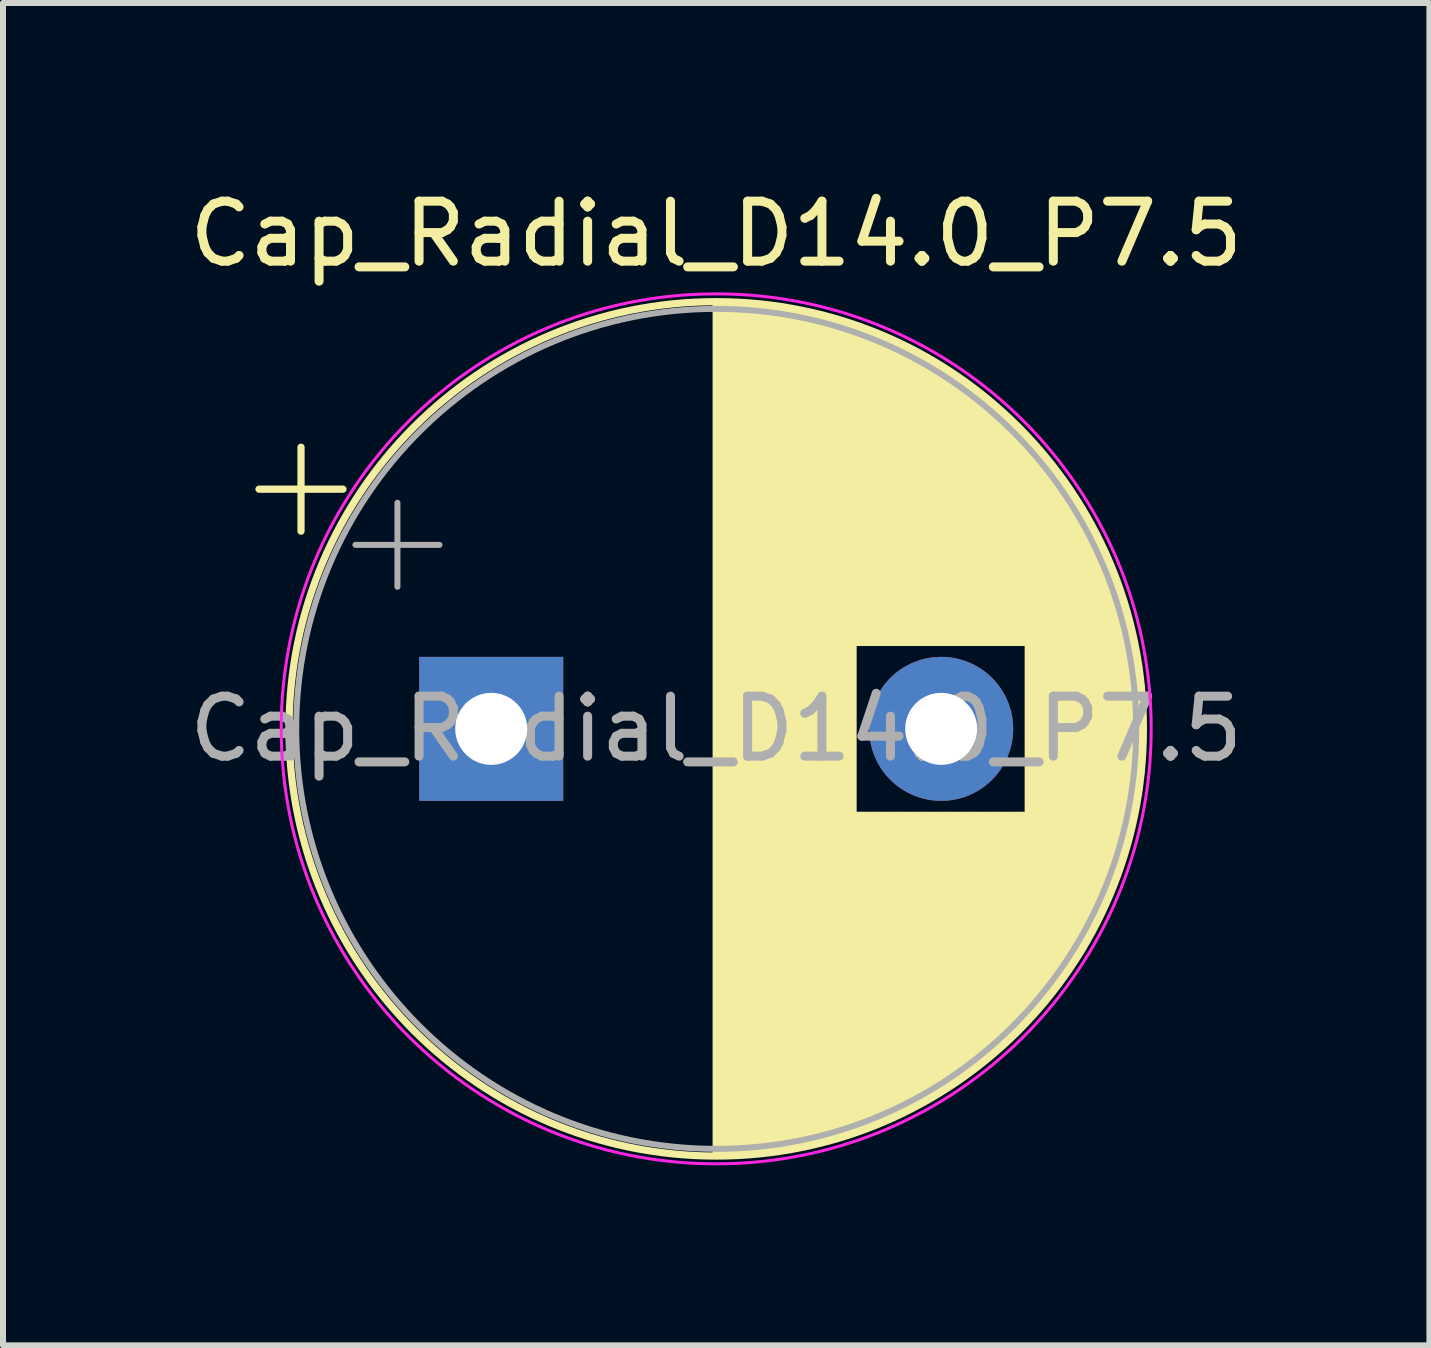
<source format=kicad_pcb>
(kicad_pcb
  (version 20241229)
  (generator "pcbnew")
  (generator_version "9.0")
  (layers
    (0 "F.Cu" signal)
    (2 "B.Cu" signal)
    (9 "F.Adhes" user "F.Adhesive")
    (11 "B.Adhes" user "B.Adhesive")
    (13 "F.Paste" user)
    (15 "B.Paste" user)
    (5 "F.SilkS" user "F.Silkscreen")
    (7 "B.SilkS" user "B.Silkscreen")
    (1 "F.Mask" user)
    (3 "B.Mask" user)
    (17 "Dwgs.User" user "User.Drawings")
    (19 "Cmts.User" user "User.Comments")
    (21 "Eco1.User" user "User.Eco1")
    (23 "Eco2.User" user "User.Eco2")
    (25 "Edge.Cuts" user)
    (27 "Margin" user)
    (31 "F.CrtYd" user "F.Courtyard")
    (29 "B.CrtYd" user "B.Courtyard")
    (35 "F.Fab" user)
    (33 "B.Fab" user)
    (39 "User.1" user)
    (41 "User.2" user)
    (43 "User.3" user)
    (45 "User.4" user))
  (footprint "Cap_Radial_D14.0_P7.5"
    (layer "F.Cu")
    (at 8.887 9.098)
    (property "Reference" "Cap_Radial_D14.0_P7.5" (at 0 -8.25 0) (layer "F.SilkS") (effects (font (size 1 1) (thickness 0.15))))
    (attr through_hole)
    (fp_line (start -7.62 -3.995) (end -6.22 -3.995) (stroke (width 0.12) (type solid)) (layer "F.SilkS"))
    (fp_line (start -6.92 -4.695) (end -6.92 -3.295) (stroke (width 0.12) (type solid)) (layer "F.SilkS"))
    (fp_line (start 0 -7.08) (end 0 7.08) (stroke (width 0.12) (type solid)) (layer "F.SilkS"))
    (fp_line (start 0.04 -7.08) (end 0.04 7.08) (stroke (width 0.12) (type solid)) (layer "F.SilkS"))
    (fp_line (start 0.08 -7.08) (end 0.08 7.08) (stroke (width 0.12) (type solid)) (layer "F.SilkS"))
    (fp_line (start 0.12 -7.079) (end 0.12 7.079) (stroke (width 0.12) (type solid)) (layer "F.SilkS"))
    (fp_line (start 0.16 -7.079) (end 0.16 7.079) (stroke (width 0.12) (type solid)) (layer "F.SilkS"))
    (fp_line (start 0.2 -7.078) (end 0.2 7.078) (stroke (width 0.12) (type solid)) (layer "F.SilkS"))
    (fp_line (start 0.24 -7.076) (end 0.24 7.076) (stroke (width 0.12) (type solid)) (layer "F.SilkS"))
    (fp_line (start 0.28 -7.075) (end 0.28 7.075) (stroke (width 0.12) (type solid)) (layer "F.SilkS"))
    (fp_line (start 0.32 -7.073) (end 0.32 7.073) (stroke (width 0.12) (type solid)) (layer "F.SilkS"))
    (fp_line (start 0.36 -7.071) (end 0.36 7.071) (stroke (width 0.12) (type solid)) (layer "F.SilkS"))
    (fp_line (start 0.4 -7.069) (end 0.4 7.069) (stroke (width 0.12) (type solid)) (layer "F.SilkS"))
    (fp_line (start 0.44 -7.067) (end 0.44 7.067) (stroke (width 0.12) (type solid)) (layer "F.SilkS"))
    (fp_line (start 0.48 -7.064) (end 0.48 7.064) (stroke (width 0.12) (type solid)) (layer "F.SilkS"))
    (fp_line (start 0.52 -7.061) (end 0.52 7.061) (stroke (width 0.12) (type solid)) (layer "F.SilkS"))
    (fp_line (start 0.56 -7.058) (end 0.56 7.058) (stroke (width 0.12) (type solid)) (layer "F.SilkS"))
    (fp_line (start 0.6 -7.055) (end 0.6 7.055) (stroke (width 0.12) (type solid)) (layer "F.SilkS"))
    (fp_line (start 0.64 -7.052) (end 0.64 7.052) (stroke (width 0.12) (type solid)) (layer "F.SilkS"))
    (fp_line (start 0.68 -7.048) (end 0.68 7.048) (stroke (width 0.12) (type solid)) (layer "F.SilkS"))
    (fp_line (start 0.721 -7.044) (end 0.721 7.044) (stroke (width 0.12) (type solid)) (layer "F.SilkS"))
    (fp_line (start 0.761 -7.04) (end 0.761 7.04) (stroke (width 0.12) (type solid)) (layer "F.SilkS"))
    (fp_line (start 0.801 -7.035) (end 0.801 7.035) (stroke (width 0.12) (type solid)) (layer "F.SilkS"))
    (fp_line (start 0.841 -7.031) (end 0.841 7.031) (stroke (width 0.12) (type solid)) (layer "F.SilkS"))
    (fp_line (start 0.881 -7.026) (end 0.881 7.026) (stroke (width 0.12) (type solid)) (layer "F.SilkS"))
    (fp_line (start 0.921 -7.021) (end 0.921 7.021) (stroke (width 0.12) (type solid)) (layer "F.SilkS"))
    (fp_line (start 0.961 -7.015) (end 0.961 7.015) (stroke (width 0.12) (type solid)) (layer "F.SilkS"))
    (fp_line (start 1.001 -7.01) (end 1.001 7.01) (stroke (width 0.12) (type solid)) (layer "F.SilkS"))
    (fp_line (start 1.041 -7.004) (end 1.041 7.004) (stroke (width 0.12) (type solid)) (layer "F.SilkS"))
    (fp_line (start 1.081 -6.998) (end 1.081 6.998) (stroke (width 0.12) (type solid)) (layer "F.SilkS"))
    (fp_line (start 1.121 -6.992) (end 1.121 6.992) (stroke (width 0.12) (type solid)) (layer "F.SilkS"))
    (fp_line (start 1.161 -6.985) (end 1.161 6.985) (stroke (width 0.12) (type solid)) (layer "F.SilkS"))
    (fp_line (start 1.201 -6.979) (end 1.201 6.979) (stroke (width 0.12) (type solid)) (layer "F.SilkS"))
    (fp_line (start 1.241 -6.972) (end 1.241 6.972) (stroke (width 0.12) (type solid)) (layer "F.SilkS"))
    (fp_line (start 1.281 -6.964) (end 1.281 6.964) (stroke (width 0.12) (type solid)) (layer "F.SilkS"))
    (fp_line (start 1.321 -6.957) (end 1.321 6.957) (stroke (width 0.12) (type solid)) (layer "F.SilkS"))
    (fp_line (start 1.361 -6.949) (end 1.361 6.949) (stroke (width 0.12) (type solid)) (layer "F.SilkS"))
    (fp_line (start 1.401 -6.942) (end 1.401 6.942) (stroke (width 0.12) (type solid)) (layer "F.SilkS"))
    (fp_line (start 1.441 -6.933) (end 1.441 6.933) (stroke (width 0.12) (type solid)) (layer "F.SilkS"))
    (fp_line (start 1.481 -6.925) (end 1.481 6.925) (stroke (width 0.12) (type solid)) (layer "F.SilkS"))
    (fp_line (start 1.521 -6.916) (end 1.521 6.916) (stroke (width 0.12) (type solid)) (layer "F.SilkS"))
    (fp_line (start 1.561 -6.907) (end 1.561 6.907) (stroke (width 0.12) (type solid)) (layer "F.SilkS"))
    (fp_line (start 1.601 -6.898) (end 1.601 6.898) (stroke (width 0.12) (type solid)) (layer "F.SilkS"))
    (fp_line (start 1.641 -6.889) (end 1.641 6.889) (stroke (width 0.12) (type solid)) (layer "F.SilkS"))
    (fp_line (start 1.681 -6.879) (end 1.681 6.879) (stroke (width 0.12) (type solid)) (layer "F.SilkS"))
    (fp_line (start 1.721 -6.87) (end 1.721 6.87) (stroke (width 0.12) (type solid)) (layer "F.SilkS"))
    (fp_line (start 1.761 -6.86) (end 1.761 6.86) (stroke (width 0.12) (type solid)) (layer "F.SilkS"))
    (fp_line (start 1.801 -6.849) (end 1.801 6.849) (stroke (width 0.12) (type solid)) (layer "F.SilkS"))
    (fp_line (start 1.841 -6.839) (end 1.841 6.839) (stroke (width 0.12) (type solid)) (layer "F.SilkS"))
    (fp_line (start 1.881 -6.828) (end 1.881 6.828) (stroke (width 0.12) (type solid)) (layer "F.SilkS"))
    (fp_line (start 1.921 -6.817) (end 1.921 6.817) (stroke (width 0.12) (type solid)) (layer "F.SilkS"))
    (fp_line (start 1.961 -6.805) (end 1.961 6.805) (stroke (width 0.12) (type solid)) (layer "F.SilkS"))
    (fp_line (start 2.001 -6.794) (end 2.001 6.794) (stroke (width 0.12) (type solid)) (layer "F.SilkS"))
    (fp_line (start 2.041 -6.782) (end 2.041 6.782) (stroke (width 0.12) (type solid)) (layer "F.SilkS"))
    (fp_line (start 2.081 -6.77) (end 2.081 6.77) (stroke (width 0.12) (type solid)) (layer "F.SilkS"))
    (fp_line (start 2.121 -6.758) (end 2.121 6.758) (stroke (width 0.12) (type solid)) (layer "F.SilkS"))
    (fp_line (start 2.161 -6.745) (end 2.161 6.745) (stroke (width 0.12) (type solid)) (layer "F.SilkS"))
    (fp_line (start 2.201 -6.732) (end 2.201 6.732) (stroke (width 0.12) (type solid)) (layer "F.SilkS"))
    (fp_line (start 2.241 -6.719) (end 2.241 6.719) (stroke (width 0.12) (type solid)) (layer "F.SilkS"))
    (fp_line (start 2.281 -6.706) (end 2.281 6.706) (stroke (width 0.12) (type solid)) (layer "F.SilkS"))
    (fp_line (start 2.321 -6.692) (end 2.321 -1.44) (stroke (width 0.12) (type solid)) (layer "F.SilkS"))
    (fp_line (start 2.321 1.44) (end 2.321 6.692) (stroke (width 0.12) (type solid)) (layer "F.SilkS"))
    (fp_line (start 2.361 -6.678) (end 2.361 -1.44) (stroke (width 0.12) (type solid)) (layer "F.SilkS"))
    (fp_line (start 2.361 1.44) (end 2.361 6.678) (stroke (width 0.12) (type solid)) (layer "F.SilkS"))
    (fp_line (start 2.401 -6.664) (end 2.401 -1.44) (stroke (width 0.12) (type solid)) (layer "F.SilkS"))
    (fp_line (start 2.401 1.44) (end 2.401 6.664) (stroke (width 0.12) (type solid)) (layer "F.SilkS"))
    (fp_line (start 2.441 -6.649) (end 2.441 -1.44) (stroke (width 0.12) (type solid)) (layer "F.SilkS"))
    (fp_line (start 2.441 1.44) (end 2.441 6.649) (stroke (width 0.12) (type solid)) (layer "F.SilkS"))
    (fp_line (start 2.481 -6.635) (end 2.481 -1.44) (stroke (width 0.12) (type solid)) (layer "F.SilkS"))
    (fp_line (start 2.481 1.44) (end 2.481 6.635) (stroke (width 0.12) (type solid)) (layer "F.SilkS"))
    (fp_line (start 2.521 -6.62) (end 2.521 -1.44) (stroke (width 0.12) (type solid)) (layer "F.SilkS"))
    (fp_line (start 2.521 1.44) (end 2.521 6.62) (stroke (width 0.12) (type solid)) (layer "F.SilkS"))
    (fp_line (start 2.561 -6.604) (end 2.561 -1.44) (stroke (width 0.12) (type solid)) (layer "F.SilkS"))
    (fp_line (start 2.561 1.44) (end 2.561 6.604) (stroke (width 0.12) (type solid)) (layer "F.SilkS"))
    (fp_line (start 2.601 -6.589) (end 2.601 -1.44) (stroke (width 0.12) (type solid)) (layer "F.SilkS"))
    (fp_line (start 2.601 1.44) (end 2.601 6.589) (stroke (width 0.12) (type solid)) (layer "F.SilkS"))
    (fp_line (start 2.641 -6.573) (end 2.641 -1.44) (stroke (width 0.12) (type solid)) (layer "F.SilkS"))
    (fp_line (start 2.641 1.44) (end 2.641 6.573) (stroke (width 0.12) (type solid)) (layer "F.SilkS"))
    (fp_line (start 2.681 -6.557) (end 2.681 -1.44) (stroke (width 0.12) (type solid)) (layer "F.SilkS"))
    (fp_line (start 2.681 1.44) (end 2.681 6.557) (stroke (width 0.12) (type solid)) (layer "F.SilkS"))
    (fp_line (start 2.721 -6.54) (end 2.721 -1.44) (stroke (width 0.12) (type solid)) (layer "F.SilkS"))
    (fp_line (start 2.721 1.44) (end 2.721 6.54) (stroke (width 0.12) (type solid)) (layer "F.SilkS"))
    (fp_line (start 2.761 -6.524) (end 2.761 -1.44) (stroke (width 0.12) (type solid)) (layer "F.SilkS"))
    (fp_line (start 2.761 1.44) (end 2.761 6.524) (stroke (width 0.12) (type solid)) (layer "F.SilkS"))
    (fp_line (start 2.801 -6.507) (end 2.801 -1.44) (stroke (width 0.12) (type solid)) (layer "F.SilkS"))
    (fp_line (start 2.801 1.44) (end 2.801 6.507) (stroke (width 0.12) (type solid)) (layer "F.SilkS"))
    (fp_line (start 2.841 -6.49) (end 2.841 -1.44) (stroke (width 0.12) (type solid)) (layer "F.SilkS"))
    (fp_line (start 2.841 1.44) (end 2.841 6.49) (stroke (width 0.12) (type solid)) (layer "F.SilkS"))
    (fp_line (start 2.881 -6.472) (end 2.881 -1.44) (stroke (width 0.12) (type solid)) (layer "F.SilkS"))
    (fp_line (start 2.881 1.44) (end 2.881 6.472) (stroke (width 0.12) (type solid)) (layer "F.SilkS"))
    (fp_line (start 2.921 -6.454) (end 2.921 -1.44) (stroke (width 0.12) (type solid)) (layer "F.SilkS"))
    (fp_line (start 2.921 1.44) (end 2.921 6.454) (stroke (width 0.12) (type solid)) (layer "F.SilkS"))
    (fp_line (start 2.961 -6.436) (end 2.961 -1.44) (stroke (width 0.12) (type solid)) (layer "F.SilkS"))
    (fp_line (start 2.961 1.44) (end 2.961 6.436) (stroke (width 0.12) (type solid)) (layer "F.SilkS"))
    (fp_line (start 3.001 -6.418) (end 3.001 -1.44) (stroke (width 0.12) (type solid)) (layer "F.SilkS"))
    (fp_line (start 3.001 1.44) (end 3.001 6.418) (stroke (width 0.12) (type solid)) (layer "F.SilkS"))
    (fp_line (start 3.041 -6.399) (end 3.041 -1.44) (stroke (width 0.12) (type solid)) (layer "F.SilkS"))
    (fp_line (start 3.041 1.44) (end 3.041 6.399) (stroke (width 0.12) (type solid)) (layer "F.SilkS"))
    (fp_line (start 3.081 -6.38) (end 3.081 -1.44) (stroke (width 0.12) (type solid)) (layer "F.SilkS"))
    (fp_line (start 3.081 1.44) (end 3.081 6.38) (stroke (width 0.12) (type solid)) (layer "F.SilkS"))
    (fp_line (start 3.121 -6.36) (end 3.121 -1.44) (stroke (width 0.12) (type solid)) (layer "F.SilkS"))
    (fp_line (start 3.121 1.44) (end 3.121 6.36) (stroke (width 0.12) (type solid)) (layer "F.SilkS"))
    (fp_line (start 3.161 -6.341) (end 3.161 -1.44) (stroke (width 0.12) (type solid)) (layer "F.SilkS"))
    (fp_line (start 3.161 1.44) (end 3.161 6.341) (stroke (width 0.12) (type solid)) (layer "F.SilkS"))
    (fp_line (start 3.201 -6.321) (end 3.201 -1.44) (stroke (width 0.12) (type solid)) (layer "F.SilkS"))
    (fp_line (start 3.201 1.44) (end 3.201 6.321) (stroke (width 0.12) (type solid)) (layer "F.SilkS"))
    (fp_line (start 3.241 -6.301) (end 3.241 -1.44) (stroke (width 0.12) (type solid)) (layer "F.SilkS"))
    (fp_line (start 3.241 1.44) (end 3.241 6.301) (stroke (width 0.12) (type solid)) (layer "F.SilkS"))
    (fp_line (start 3.281 -6.28) (end 3.281 -1.44) (stroke (width 0.12) (type solid)) (layer "F.SilkS"))
    (fp_line (start 3.281 1.44) (end 3.281 6.28) (stroke (width 0.12) (type solid)) (layer "F.SilkS"))
    (fp_line (start 3.321 -6.259) (end 3.321 -1.44) (stroke (width 0.12) (type solid)) (layer "F.SilkS"))
    (fp_line (start 3.321 1.44) (end 3.321 6.259) (stroke (width 0.12) (type solid)) (layer "F.SilkS"))
    (fp_line (start 3.361 -6.238) (end 3.361 -1.44) (stroke (width 0.12) (type solid)) (layer "F.SilkS"))
    (fp_line (start 3.361 1.44) (end 3.361 6.238) (stroke (width 0.12) (type solid)) (layer "F.SilkS"))
    (fp_line (start 3.401 -6.216) (end 3.401 -1.44) (stroke (width 0.12) (type solid)) (layer "F.SilkS"))
    (fp_line (start 3.401 1.44) (end 3.401 6.216) (stroke (width 0.12) (type solid)) (layer "F.SilkS"))
    (fp_line (start 3.441 -6.194) (end 3.441 -1.44) (stroke (width 0.12) (type solid)) (layer "F.SilkS"))
    (fp_line (start 3.441 1.44) (end 3.441 6.194) (stroke (width 0.12) (type solid)) (layer "F.SilkS"))
    (fp_line (start 3.481 -6.172) (end 3.481 -1.44) (stroke (width 0.12) (type solid)) (layer "F.SilkS"))
    (fp_line (start 3.481 1.44) (end 3.481 6.172) (stroke (width 0.12) (type solid)) (layer "F.SilkS"))
    (fp_line (start 3.521 -6.15) (end 3.521 -1.44) (stroke (width 0.12) (type solid)) (layer "F.SilkS"))
    (fp_line (start 3.521 1.44) (end 3.521 6.15) (stroke (width 0.12) (type solid)) (layer "F.SilkS"))
    (fp_line (start 3.561 -6.127) (end 3.561 -1.44) (stroke (width 0.12) (type solid)) (layer "F.SilkS"))
    (fp_line (start 3.561 1.44) (end 3.561 6.127) (stroke (width 0.12) (type solid)) (layer "F.SilkS"))
    (fp_line (start 3.601 -6.103) (end 3.601 -1.44) (stroke (width 0.12) (type solid)) (layer "F.SilkS"))
    (fp_line (start 3.601 1.44) (end 3.601 6.103) (stroke (width 0.12) (type solid)) (layer "F.SilkS"))
    (fp_line (start 3.641 -6.08) (end 3.641 -1.44) (stroke (width 0.12) (type solid)) (layer "F.SilkS"))
    (fp_line (start 3.641 1.44) (end 3.641 6.08) (stroke (width 0.12) (type solid)) (layer "F.SilkS"))
    (fp_line (start 3.681 -6.056) (end 3.681 -1.44) (stroke (width 0.12) (type solid)) (layer "F.SilkS"))
    (fp_line (start 3.681 1.44) (end 3.681 6.056) (stroke (width 0.12) (type solid)) (layer "F.SilkS"))
    (fp_line (start 3.721 -6.031) (end 3.721 -1.44) (stroke (width 0.12) (type solid)) (layer "F.SilkS"))
    (fp_line (start 3.721 1.44) (end 3.721 6.031) (stroke (width 0.12) (type solid)) (layer "F.SilkS"))
    (fp_line (start 3.761 -6.007) (end 3.761 -1.44) (stroke (width 0.12) (type solid)) (layer "F.SilkS"))
    (fp_line (start 3.761 1.44) (end 3.761 6.007) (stroke (width 0.12) (type solid)) (layer "F.SilkS"))
    (fp_line (start 3.801 -5.982) (end 3.801 -1.44) (stroke (width 0.12) (type solid)) (layer "F.SilkS"))
    (fp_line (start 3.801 1.44) (end 3.801 5.982) (stroke (width 0.12) (type solid)) (layer "F.SilkS"))
    (fp_line (start 3.841 -5.956) (end 3.841 -1.44) (stroke (width 0.12) (type solid)) (layer "F.SilkS"))
    (fp_line (start 3.841 1.44) (end 3.841 5.956) (stroke (width 0.12) (type solid)) (layer "F.SilkS"))
    (fp_line (start 3.881 -5.93) (end 3.881 -1.44) (stroke (width 0.12) (type solid)) (layer "F.SilkS"))
    (fp_line (start 3.881 1.44) (end 3.881 5.93) (stroke (width 0.12) (type solid)) (layer "F.SilkS"))
    (fp_line (start 3.921 -5.904) (end 3.921 -1.44) (stroke (width 0.12) (type solid)) (layer "F.SilkS"))
    (fp_line (start 3.921 1.44) (end 3.921 5.904) (stroke (width 0.12) (type solid)) (layer "F.SilkS"))
    (fp_line (start 3.961 -5.878) (end 3.961 -1.44) (stroke (width 0.12) (type solid)) (layer "F.SilkS"))
    (fp_line (start 3.961 1.44) (end 3.961 5.878) (stroke (width 0.12) (type solid)) (layer "F.SilkS"))
    (fp_line (start 4.001 -5.851) (end 4.001 -1.44) (stroke (width 0.12) (type solid)) (layer "F.SilkS"))
    (fp_line (start 4.001 1.44) (end 4.001 5.851) (stroke (width 0.12) (type solid)) (layer "F.SilkS"))
    (fp_line (start 4.041 -5.823) (end 4.041 -1.44) (stroke (width 0.12) (type solid)) (layer "F.SilkS"))
    (fp_line (start 4.041 1.44) (end 4.041 5.823) (stroke (width 0.12) (type solid)) (layer "F.SilkS"))
    (fp_line (start 4.081 -5.796) (end 4.081 -1.44) (stroke (width 0.12) (type solid)) (layer "F.SilkS"))
    (fp_line (start 4.081 1.44) (end 4.081 5.796) (stroke (width 0.12) (type solid)) (layer "F.SilkS"))
    (fp_line (start 4.121 -5.767) (end 4.121 -1.44) (stroke (width 0.12) (type solid)) (layer "F.SilkS"))
    (fp_line (start 4.121 1.44) (end 4.121 5.767) (stroke (width 0.12) (type solid)) (layer "F.SilkS"))
    (fp_line (start 4.161 -5.739) (end 4.161 -1.44) (stroke (width 0.12) (type solid)) (layer "F.SilkS"))
    (fp_line (start 4.161 1.44) (end 4.161 5.739) (stroke (width 0.12) (type solid)) (layer "F.SilkS"))
    (fp_line (start 4.201 -5.71) (end 4.201 -1.44) (stroke (width 0.12) (type solid)) (layer "F.SilkS"))
    (fp_line (start 4.201 1.44) (end 4.201 5.71) (stroke (width 0.12) (type solid)) (layer "F.SilkS"))
    (fp_line (start 4.241 -5.68) (end 4.241 -1.44) (stroke (width 0.12) (type solid)) (layer "F.SilkS"))
    (fp_line (start 4.241 1.44) (end 4.241 5.68) (stroke (width 0.12) (type solid)) (layer "F.SilkS"))
    (fp_line (start 4.281 -5.65) (end 4.281 -1.44) (stroke (width 0.12) (type solid)) (layer "F.SilkS"))
    (fp_line (start 4.281 1.44) (end 4.281 5.65) (stroke (width 0.12) (type solid)) (layer "F.SilkS"))
    (fp_line (start 4.321 -5.62) (end 4.321 -1.44) (stroke (width 0.12) (type solid)) (layer "F.SilkS"))
    (fp_line (start 4.321 1.44) (end 4.321 5.62) (stroke (width 0.12) (type solid)) (layer "F.SilkS"))
    (fp_line (start 4.361 -5.589) (end 4.361 -1.44) (stroke (width 0.12) (type solid)) (layer "F.SilkS"))
    (fp_line (start 4.361 1.44) (end 4.361 5.589) (stroke (width 0.12) (type solid)) (layer "F.SilkS"))
    (fp_line (start 4.401 -5.558) (end 4.401 -1.44) (stroke (width 0.12) (type solid)) (layer "F.SilkS"))
    (fp_line (start 4.401 1.44) (end 4.401 5.558) (stroke (width 0.12) (type solid)) (layer "F.SilkS"))
    (fp_line (start 4.441 -5.527) (end 4.441 -1.44) (stroke (width 0.12) (type solid)) (layer "F.SilkS"))
    (fp_line (start 4.441 1.44) (end 4.441 5.527) (stroke (width 0.12) (type solid)) (layer "F.SilkS"))
    (fp_line (start 4.481 -5.494) (end 4.481 -1.44) (stroke (width 0.12) (type solid)) (layer "F.SilkS"))
    (fp_line (start 4.481 1.44) (end 4.481 5.494) (stroke (width 0.12) (type solid)) (layer "F.SilkS"))
    (fp_line (start 4.521 -5.462) (end 4.521 -1.44) (stroke (width 0.12) (type solid)) (layer "F.SilkS"))
    (fp_line (start 4.521 1.44) (end 4.521 5.462) (stroke (width 0.12) (type solid)) (layer "F.SilkS"))
    (fp_line (start 4.561 -5.429) (end 4.561 -1.44) (stroke (width 0.12) (type solid)) (layer "F.SilkS"))
    (fp_line (start 4.561 1.44) (end 4.561 5.429) (stroke (width 0.12) (type solid)) (layer "F.SilkS"))
    (fp_line (start 4.601 -5.395) (end 4.601 -1.44) (stroke (width 0.12) (type solid)) (layer "F.SilkS"))
    (fp_line (start 4.601 1.44) (end 4.601 5.395) (stroke (width 0.12) (type solid)) (layer "F.SilkS"))
    (fp_line (start 4.641 -5.361) (end 4.641 -1.44) (stroke (width 0.12) (type solid)) (layer "F.SilkS"))
    (fp_line (start 4.641 1.44) (end 4.641 5.361) (stroke (width 0.12) (type solid)) (layer "F.SilkS"))
    (fp_line (start 4.681 -5.326) (end 4.681 -1.44) (stroke (width 0.12) (type solid)) (layer "F.SilkS"))
    (fp_line (start 4.681 1.44) (end 4.681 5.326) (stroke (width 0.12) (type solid)) (layer "F.SilkS"))
    (fp_line (start 4.721 -5.291) (end 4.721 -1.44) (stroke (width 0.12) (type solid)) (layer "F.SilkS"))
    (fp_line (start 4.721 1.44) (end 4.721 5.291) (stroke (width 0.12) (type solid)) (layer "F.SilkS"))
    (fp_line (start 4.761 -5.255) (end 4.761 -1.44) (stroke (width 0.12) (type solid)) (layer "F.SilkS"))
    (fp_line (start 4.761 1.44) (end 4.761 5.255) (stroke (width 0.12) (type solid)) (layer "F.SilkS"))
    (fp_line (start 4.801 -5.219) (end 4.801 -1.44) (stroke (width 0.12) (type solid)) (layer "F.SilkS"))
    (fp_line (start 4.801 1.44) (end 4.801 5.219) (stroke (width 0.12) (type solid)) (layer "F.SilkS"))
    (fp_line (start 4.841 -5.182) (end 4.841 -1.44) (stroke (width 0.12) (type solid)) (layer "F.SilkS"))
    (fp_line (start 4.841 1.44) (end 4.841 5.182) (stroke (width 0.12) (type solid)) (layer "F.SilkS"))
    (fp_line (start 4.881 -5.145) (end 4.881 -1.44) (stroke (width 0.12) (type solid)) (layer "F.SilkS"))
    (fp_line (start 4.881 1.44) (end 4.881 5.145) (stroke (width 0.12) (type solid)) (layer "F.SilkS"))
    (fp_line (start 4.921 -5.107) (end 4.921 -1.44) (stroke (width 0.12) (type solid)) (layer "F.SilkS"))
    (fp_line (start 4.921 1.44) (end 4.921 5.107) (stroke (width 0.12) (type solid)) (layer "F.SilkS"))
    (fp_line (start 4.961 -5.069) (end 4.961 -1.44) (stroke (width 0.12) (type solid)) (layer "F.SilkS"))
    (fp_line (start 4.961 1.44) (end 4.961 5.069) (stroke (width 0.12) (type solid)) (layer "F.SilkS"))
    (fp_line (start 5.001 -5.029) (end 5.001 -1.44) (stroke (width 0.12) (type solid)) (layer "F.SilkS"))
    (fp_line (start 5.001 1.44) (end 5.001 5.029) (stroke (width 0.12) (type solid)) (layer "F.SilkS"))
    (fp_line (start 5.041 -4.99) (end 5.041 -1.44) (stroke (width 0.12) (type solid)) (layer "F.SilkS"))
    (fp_line (start 5.041 1.44) (end 5.041 4.99) (stroke (width 0.12) (type solid)) (layer "F.SilkS"))
    (fp_line (start 5.081 -4.949) (end 5.081 -1.44) (stroke (width 0.12) (type solid)) (layer "F.SilkS"))
    (fp_line (start 5.081 1.44) (end 5.081 4.949) (stroke (width 0.12) (type solid)) (layer "F.SilkS"))
    (fp_line (start 5.121 -4.908) (end 5.121 -1.44) (stroke (width 0.12) (type solid)) (layer "F.SilkS"))
    (fp_line (start 5.121 1.44) (end 5.121 4.908) (stroke (width 0.12) (type solid)) (layer "F.SilkS"))
    (fp_line (start 5.161 -4.866) (end 5.161 -1.44) (stroke (width 0.12) (type solid)) (layer "F.SilkS"))
    (fp_line (start 5.161 1.44) (end 5.161 4.866) (stroke (width 0.12) (type solid)) (layer "F.SilkS"))
    (fp_line (start 5.201 -4.824) (end 5.201 4.824) (stroke (width 0.12) (type solid)) (layer "F.SilkS"))
    (fp_line (start 5.241 -4.781) (end 5.241 4.781) (stroke (width 0.12) (type solid)) (layer "F.SilkS"))
    (fp_line (start 5.281 -4.737) (end 5.281 4.737) (stroke (width 0.12) (type solid)) (layer "F.SilkS"))
    (fp_line (start 5.321 -4.693) (end 5.321 4.693) (stroke (width 0.12) (type solid)) (layer "F.SilkS"))
    (fp_line (start 5.361 -4.647) (end 5.361 4.647) (stroke (width 0.12) (type solid)) (layer "F.SilkS"))
    (fp_line (start 5.401 -4.601) (end 5.401 4.601) (stroke (width 0.12) (type solid)) (layer "F.SilkS"))
    (fp_line (start 5.441 -4.554) (end 5.441 4.554) (stroke (width 0.12) (type solid)) (layer "F.SilkS"))
    (fp_line (start 5.481 -4.506) (end 5.481 4.506) (stroke (width 0.12) (type solid)) (layer "F.SilkS"))
    (fp_line (start 5.521 -4.458) (end 5.521 4.458) (stroke (width 0.12) (type solid)) (layer "F.SilkS"))
    (fp_line (start 5.561 -4.408) (end 5.561 4.408) (stroke (width 0.12) (type solid)) (layer "F.SilkS"))
    (fp_line (start 5.601 -4.358) (end 5.601 4.358) (stroke (width 0.12) (type solid)) (layer "F.SilkS"))
    (fp_line (start 5.641 -4.306) (end 5.641 4.306) (stroke (width 0.12) (type solid)) (layer "F.SilkS"))
    (fp_line (start 5.681 -4.254) (end 5.681 4.254) (stroke (width 0.12) (type solid)) (layer "F.SilkS"))
    (fp_line (start 5.721 -4.2) (end 5.721 4.2) (stroke (width 0.12) (type solid)) (layer "F.SilkS"))
    (fp_line (start 5.761 -4.146) (end 5.761 4.146) (stroke (width 0.12) (type solid)) (layer "F.SilkS"))
    (fp_line (start 5.801 -4.09) (end 5.801 4.09) (stroke (width 0.12) (type solid)) (layer "F.SilkS"))
    (fp_line (start 5.841 -4.033) (end 5.841 4.033) (stroke (width 0.12) (type solid)) (layer "F.SilkS"))
    (fp_line (start 5.881 -3.975) (end 5.881 3.975) (stroke (width 0.12) (type solid)) (layer "F.SilkS"))
    (fp_line (start 5.921 -3.916) (end 5.921 3.916) (stroke (width 0.12) (type solid)) (layer "F.SilkS"))
    (fp_line (start 5.961 -3.856) (end 5.961 3.856) (stroke (width 0.12) (type solid)) (layer "F.SilkS"))
    (fp_line (start 6.001 -3.794) (end 6.001 3.794) (stroke (width 0.12) (type solid)) (layer "F.SilkS"))
    (fp_line (start 6.041 -3.73) (end 6.041 3.73) (stroke (width 0.12) (type solid)) (layer "F.SilkS"))
    (fp_line (start 6.081 -3.666) (end 6.081 3.666) (stroke (width 0.12) (type solid)) (layer "F.SilkS"))
    (fp_line (start 6.121 -3.599) (end 6.121 3.599) (stroke (width 0.12) (type solid)) (layer "F.SilkS"))
    (fp_line (start 6.161 -3.531) (end 6.161 3.531) (stroke (width 0.12) (type solid)) (layer "F.SilkS"))
    (fp_line (start 6.201 -3.461) (end 6.201 3.461) (stroke (width 0.12) (type solid)) (layer "F.SilkS"))
    (fp_line (start 6.241 -3.389) (end 6.241 3.389) (stroke (width 0.12) (type solid)) (layer "F.SilkS"))
    (fp_line (start 6.281 -3.315) (end 6.281 3.315) (stroke (width 0.12) (type solid)) (layer "F.SilkS"))
    (fp_line (start 6.321 -3.24) (end 6.321 3.24) (stroke (width 0.12) (type solid)) (layer "F.SilkS"))
    (fp_line (start 6.361 -3.161) (end 6.361 3.161) (stroke (width 0.12) (type solid)) (layer "F.SilkS"))
    (fp_line (start 6.401 -3.08) (end 6.401 3.08) (stroke (width 0.12) (type solid)) (layer "F.SilkS"))
    (fp_line (start 6.441 -2.997) (end 6.441 2.997) (stroke (width 0.12) (type solid)) (layer "F.SilkS"))
    (fp_line (start 6.481 -2.911) (end 6.481 2.911) (stroke (width 0.12) (type solid)) (layer "F.SilkS"))
    (fp_line (start 6.521 -2.821) (end 6.521 2.821) (stroke (width 0.12) (type solid)) (layer "F.SilkS"))
    (fp_line (start 6.561 -2.728) (end 6.561 2.728) (stroke (width 0.12) (type solid)) (layer "F.SilkS"))
    (fp_line (start 6.601 -2.632) (end 6.601 2.632) (stroke (width 0.12) (type solid)) (layer "F.SilkS"))
    (fp_line (start 6.641 -2.53) (end 6.641 2.53) (stroke (width 0.12) (type solid)) (layer "F.SilkS"))
    (fp_line (start 6.681 -2.425) (end 6.681 2.425) (stroke (width 0.12) (type solid)) (layer "F.SilkS"))
    (fp_line (start 6.721 -2.313) (end 6.721 2.313) (stroke (width 0.12) (type solid)) (layer "F.SilkS"))
    (fp_line (start 6.761 -2.196) (end 6.761 2.196) (stroke (width 0.12) (type solid)) (layer "F.SilkS"))
    (fp_line (start 6.801 -2.071) (end 6.801 2.071) (stroke (width 0.12) (type solid)) (layer "F.SilkS"))
    (fp_line (start 6.841 -1.938) (end 6.841 1.938) (stroke (width 0.12) (type solid)) (layer "F.SilkS"))
    (fp_line (start 6.881 -1.794) (end 6.881 1.794) (stroke (width 0.12) (type solid)) (layer "F.SilkS"))
    (fp_line (start 6.921 -1.636) (end 6.921 1.636) (stroke (width 0.12) (type solid)) (layer "F.SilkS"))
    (fp_line (start 6.961 -1.461) (end 6.961 1.461) (stroke (width 0.12) (type solid)) (layer "F.SilkS"))
    (fp_line (start 7.001 -1.262) (end 7.001 1.262) (stroke (width 0.12) (type solid)) (layer "F.SilkS"))
    (fp_line (start 7.041 -1.025) (end 7.041 1.025) (stroke (width 0.12) (type solid)) (layer "F.SilkS"))
    (fp_line (start 7.081 -0.714) (end 7.081 0.714) (stroke (width 0.12) (type solid)) (layer "F.SilkS"))
    (fp_circle (center 0 0) (end 7.12 0) (stroke (width 0.12) (type solid)) (fill no) (layer "F.SilkS"))
    (fp_circle (center 0 0) (end 7.25 0) (stroke (width 0.05) (type solid)) (fill no) (layer "F.CrtYd"))
    (fp_line (start -6.013 -3.067) (end -4.613 -3.067) (stroke (width 0.1) (type solid)) (layer "F.Fab"))
    (fp_line (start -5.313 -3.768) (end -5.313 -2.368) (stroke (width 0.1) (type solid)) (layer "F.Fab"))
    (fp_circle (center 0 0) (end 7 0) (stroke (width 0.1) (type solid)) (fill no) (layer "F.Fab"))
    (fp_text user "${REFERENCE}" (at 0 0 0) (layer "F.Fab") (effects (font (size 1 1) (thickness 0.15))))
    (pad "1" thru_hole rect (at -3.75 0) (size 2.4 2.4) (drill 1.2) (layers "*.Cu" "*.Mask"))
    (pad "2" thru_hole circle (at 3.75 0) (size 2.4 2.4) (drill 1.2) (layers "*.Cu" "*.Mask")))
  (gr_rect
    (start -3 -3)
    (end 20.774 19.373)
    (stroke (width 0.1) (type default))
    (fill no)
    (layer "Edge.Cuts")))
</source>
